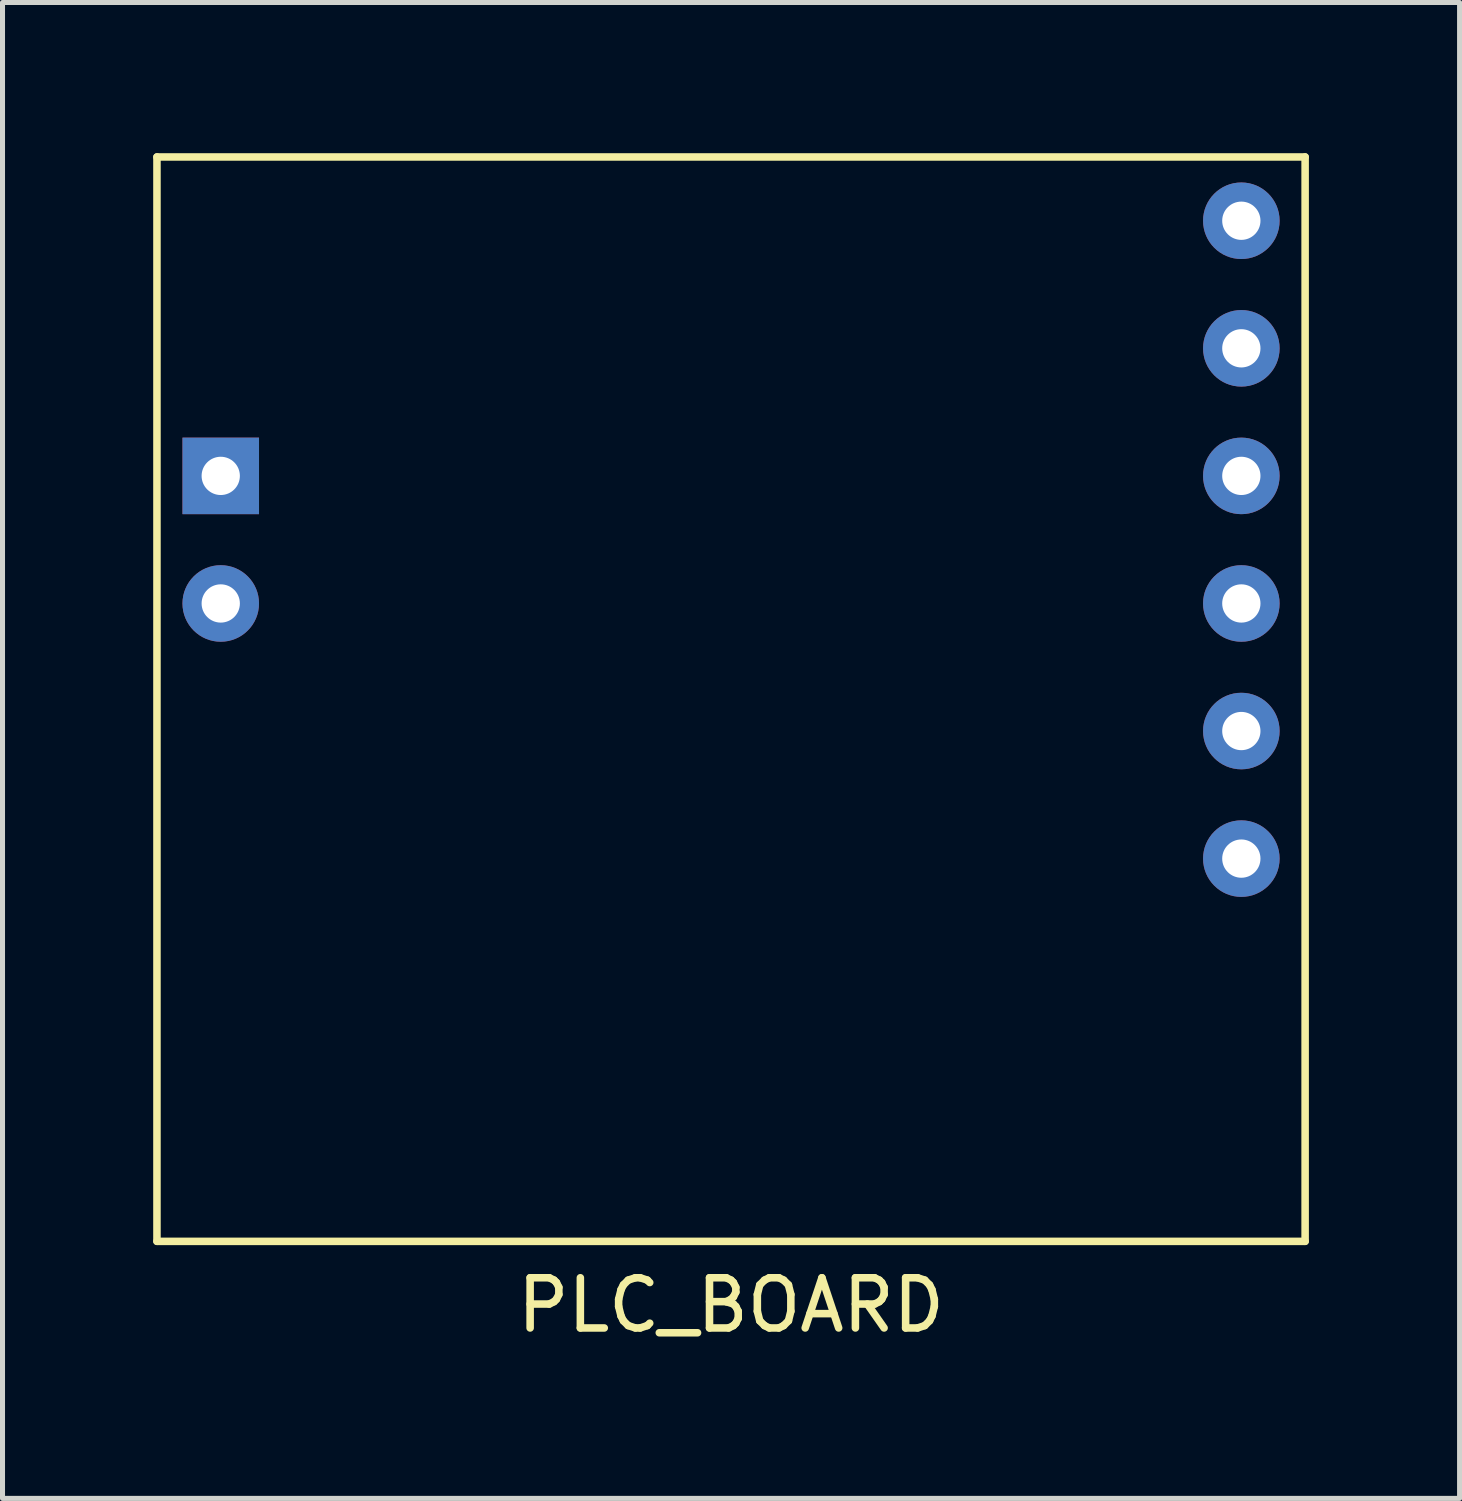
<source format=kicad_pcb>
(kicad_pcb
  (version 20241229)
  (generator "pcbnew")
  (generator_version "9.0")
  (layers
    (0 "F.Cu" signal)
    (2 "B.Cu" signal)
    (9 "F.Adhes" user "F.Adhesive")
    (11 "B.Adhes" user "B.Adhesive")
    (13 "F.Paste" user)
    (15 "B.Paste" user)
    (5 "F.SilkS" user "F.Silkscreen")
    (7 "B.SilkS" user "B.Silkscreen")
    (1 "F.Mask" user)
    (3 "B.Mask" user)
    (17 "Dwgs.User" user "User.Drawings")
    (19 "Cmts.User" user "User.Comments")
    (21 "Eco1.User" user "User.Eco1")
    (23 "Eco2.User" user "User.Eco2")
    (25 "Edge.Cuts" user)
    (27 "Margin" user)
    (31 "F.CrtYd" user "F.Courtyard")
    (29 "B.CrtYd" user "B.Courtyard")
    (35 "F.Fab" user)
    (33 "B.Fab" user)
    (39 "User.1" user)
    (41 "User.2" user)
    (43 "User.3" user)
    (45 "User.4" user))
  (footprint "PLC_BOARD"
    (layer "F.Cu")
    (at 11.505 7.695)
    (property "Reference" "PLC_BOARD" (at 0 15.24 0) (layer "F.SilkS") (effects (font (size 1 1) (thickness 0.15))))
    (attr through_hole)
    (fp_line (start -11.43 -7.62) (end -11.43 13.97) (stroke (width 0.15) (type solid)) (layer "F.SilkS"))
    (fp_line (start -11.43 13.97) (end 11.43 13.97) (stroke (width 0.15) (type solid)) (layer "F.SilkS"))
    (fp_line (start 11.43 -7.62) (end -11.43 -7.62) (stroke (width 0.15) (type solid)) (layer "F.SilkS"))
    (fp_line (start 11.43 13.97) (end 11.43 -7.62) (stroke (width 0.15) (type solid)) (layer "F.SilkS"))
    (pad "1" thru_hole rect (at -10.16 -1.27) (size 1.524 1.524) (drill 0.762) (layers "*.Cu" "*.Mask"))
    (pad "2" thru_hole circle (at -10.16 1.27) (size 1.524 1.524) (drill 0.762) (layers "*.Cu" "*.Mask"))
    (pad "3" thru_hole circle (at 10.16 6.35) (size 1.524 1.524) (drill 0.762) (layers "*.Cu" "*.Mask"))
    (pad "4" thru_hole circle (at 10.16 3.81) (size 1.524 1.524) (drill 0.762) (layers "*.Cu" "*.Mask"))
    (pad "5" thru_hole circle (at 10.16 1.27) (size 1.524 1.524) (drill 0.762) (layers "*.Cu" "*.Mask"))
    (pad "6" thru_hole circle (at 10.16 -1.27) (size 1.524 1.524) (drill 0.762) (layers "*.Cu" "*.Mask"))
    (pad "7" thru_hole circle (at 10.16 -3.81) (size 1.524 1.524) (drill 0.762) (layers "*.Cu" "*.Mask"))
    (pad "8" thru_hole circle (at 10.16 -6.35) (size 1.524 1.524) (drill 0.762) (layers "*.Cu" "*.Mask")))
  (gr_rect
    (start -3 -3)
    (end 26.01 26.783)
    (stroke (width 0.1) (type default))
    (fill no)
    (layer "Edge.Cuts")))
</source>
